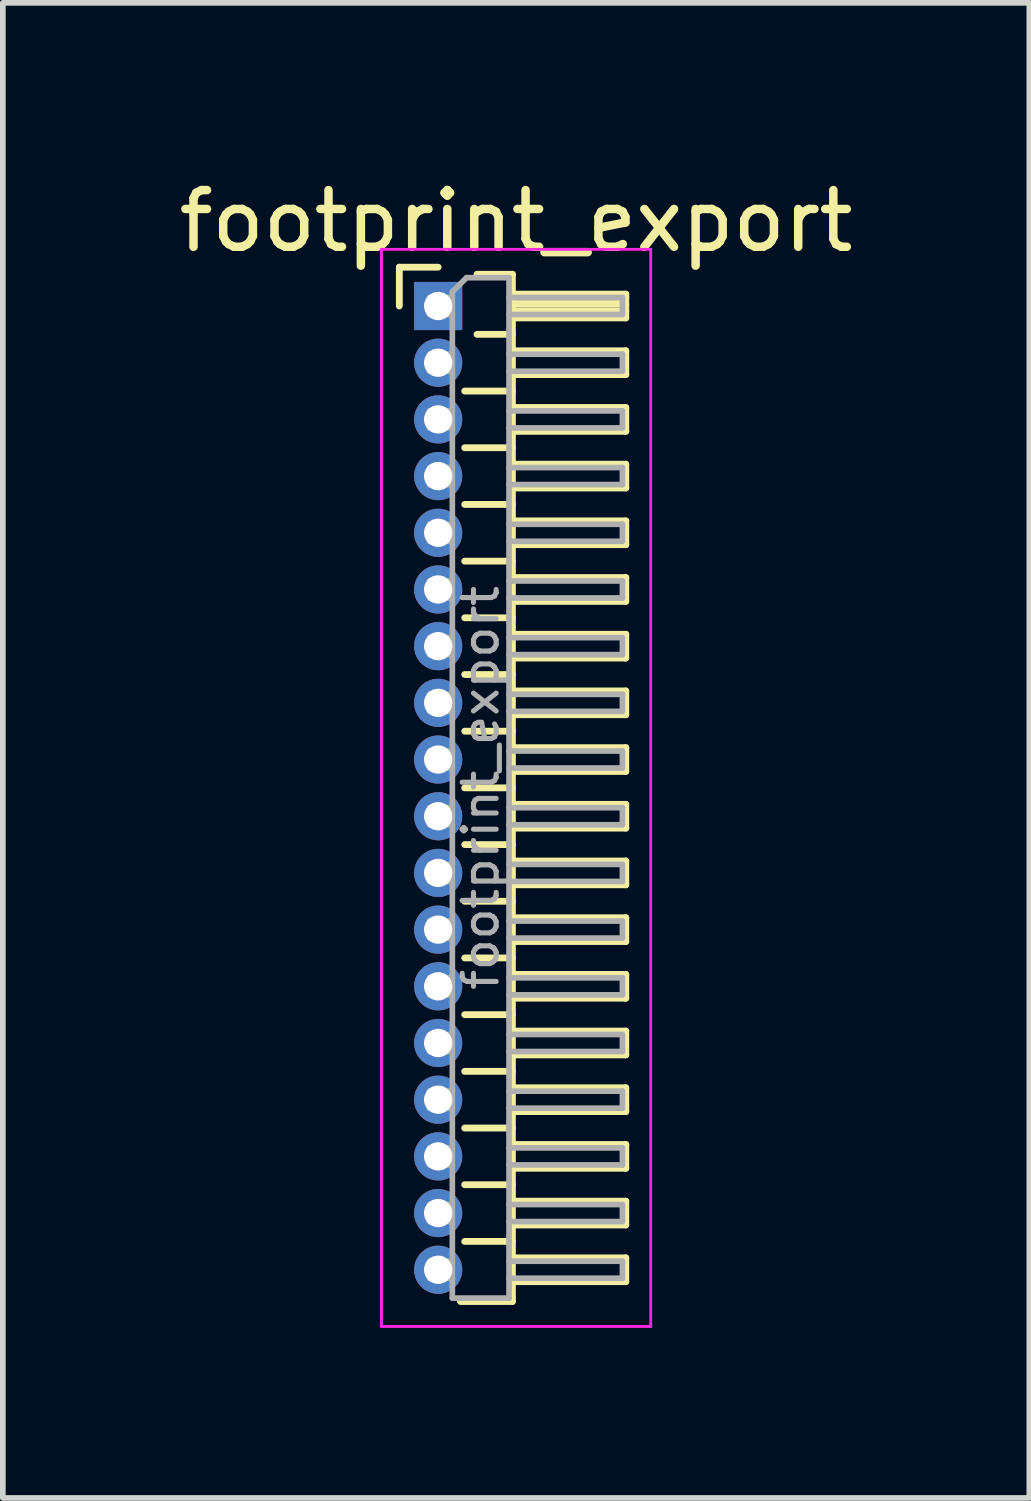
<source format=kicad_pcb>
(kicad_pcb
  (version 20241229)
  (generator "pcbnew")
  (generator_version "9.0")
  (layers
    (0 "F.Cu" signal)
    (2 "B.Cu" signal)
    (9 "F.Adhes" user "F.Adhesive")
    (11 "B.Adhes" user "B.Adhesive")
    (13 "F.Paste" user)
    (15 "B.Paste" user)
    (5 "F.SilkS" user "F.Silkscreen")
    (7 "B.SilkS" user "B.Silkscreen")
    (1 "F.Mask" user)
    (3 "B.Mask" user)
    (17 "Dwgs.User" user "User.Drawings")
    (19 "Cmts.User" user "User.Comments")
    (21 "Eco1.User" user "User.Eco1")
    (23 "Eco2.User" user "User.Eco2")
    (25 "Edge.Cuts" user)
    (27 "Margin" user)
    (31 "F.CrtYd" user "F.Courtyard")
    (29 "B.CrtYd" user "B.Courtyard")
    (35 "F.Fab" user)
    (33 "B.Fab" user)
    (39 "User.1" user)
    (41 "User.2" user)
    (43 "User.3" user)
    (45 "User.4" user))
  (footprint "footprint_export"
    (layer "F.Cu")
    (at 4.679 2.348)
    (property "Reference" "footprint_export" (at 1.375 -1.5 0) (layer "F.SilkS") (effects (font (size 1 1) (thickness 0.15))))
    (attr through_hole)
    (fp_line (start -0.685 -0.685) (end 0 -0.685) (stroke (width 0.12) (type solid)) (layer "F.SilkS"))
    (fp_line (start -0.685 0) (end -0.685 -0.685) (stroke (width 0.12) (type solid)) (layer "F.SilkS"))
    (fp_line (start 0.468 1.5) (end 1.31 1.5) (stroke (width 0.12) (type solid)) (layer "F.SilkS"))
    (fp_line (start 0.468 2.5) (end 1.31 2.5) (stroke (width 0.12) (type solid)) (layer "F.SilkS"))
    (fp_line (start 0.468 3.5) (end 1.31 3.5) (stroke (width 0.12) (type solid)) (layer "F.SilkS"))
    (fp_line (start 0.468 4.5) (end 1.31 4.5) (stroke (width 0.12) (type solid)) (layer "F.SilkS"))
    (fp_line (start 0.468 5.5) (end 1.31 5.5) (stroke (width 0.12) (type solid)) (layer "F.SilkS"))
    (fp_line (start 0.468 6.5) (end 1.31 6.5) (stroke (width 0.12) (type solid)) (layer "F.SilkS"))
    (fp_line (start 0.468 7.5) (end 1.31 7.5) (stroke (width 0.12) (type solid)) (layer "F.SilkS"))
    (fp_line (start 0.468 8.5) (end 1.31 8.5) (stroke (width 0.12) (type solid)) (layer "F.SilkS"))
    (fp_line (start 0.468 9.5) (end 1.31 9.5) (stroke (width 0.12) (type solid)) (layer "F.SilkS"))
    (fp_line (start 0.468 10.5) (end 1.31 10.5) (stroke (width 0.12) (type solid)) (layer "F.SilkS"))
    (fp_line (start 0.468 11.5) (end 1.31 11.5) (stroke (width 0.12) (type solid)) (layer "F.SilkS"))
    (fp_line (start 0.468 12.5) (end 1.31 12.5) (stroke (width 0.12) (type solid)) (layer "F.SilkS"))
    (fp_line (start 0.468 13.5) (end 1.31 13.5) (stroke (width 0.12) (type solid)) (layer "F.SilkS"))
    (fp_line (start 0.468 14.5) (end 1.31 14.5) (stroke (width 0.12) (type solid)) (layer "F.SilkS"))
    (fp_line (start 0.468 15.5) (end 1.31 15.5) (stroke (width 0.12) (type solid)) (layer "F.SilkS"))
    (fp_line (start 0.468 16.5) (end 1.31 16.5) (stroke (width 0.12) (type solid)) (layer "F.SilkS"))
    (fp_line (start 0.685 -0.56) (end 1.31 -0.56) (stroke (width 0.12) (type solid)) (layer "F.SilkS"))
    (fp_line (start 0.685 0.5) (end 1.31 0.5) (stroke (width 0.12) (type solid)) (layer "F.SilkS"))
    (fp_line (start 1.31 -0.56) (end 1.31 17.56) (stroke (width 0.12) (type solid)) (layer "F.SilkS"))
    (fp_line (start 1.31 -0.21) (end 3.31 -0.21) (stroke (width 0.12) (type solid)) (layer "F.SilkS"))
    (fp_line (start 1.31 -0.15) (end 3.31 -0.15) (stroke (width 0.12) (type solid)) (layer "F.SilkS"))
    (fp_line (start 1.31 -0.03) (end 3.31 -0.03) (stroke (width 0.12) (type solid)) (layer "F.SilkS"))
    (fp_line (start 1.31 0.09) (end 3.31 0.09) (stroke (width 0.12) (type solid)) (layer "F.SilkS"))
    (fp_line (start 1.31 0.79) (end 3.31 0.79) (stroke (width 0.12) (type solid)) (layer "F.SilkS"))
    (fp_line (start 1.31 1.79) (end 3.31 1.79) (stroke (width 0.12) (type solid)) (layer "F.SilkS"))
    (fp_line (start 1.31 2.79) (end 3.31 2.79) (stroke (width 0.12) (type solid)) (layer "F.SilkS"))
    (fp_line (start 1.31 3.79) (end 3.31 3.79) (stroke (width 0.12) (type solid)) (layer "F.SilkS"))
    (fp_line (start 1.31 4.79) (end 3.31 4.79) (stroke (width 0.12) (type solid)) (layer "F.SilkS"))
    (fp_line (start 1.31 5.79) (end 3.31 5.79) (stroke (width 0.12) (type solid)) (layer "F.SilkS"))
    (fp_line (start 1.31 6.79) (end 3.31 6.79) (stroke (width 0.12) (type solid)) (layer "F.SilkS"))
    (fp_line (start 1.31 7.79) (end 3.31 7.79) (stroke (width 0.12) (type solid)) (layer "F.SilkS"))
    (fp_line (start 1.31 8.79) (end 3.31 8.79) (stroke (width 0.12) (type solid)) (layer "F.SilkS"))
    (fp_line (start 1.31 9.79) (end 3.31 9.79) (stroke (width 0.12) (type solid)) (layer "F.SilkS"))
    (fp_line (start 1.31 10.79) (end 3.31 10.79) (stroke (width 0.12) (type solid)) (layer "F.SilkS"))
    (fp_line (start 1.31 11.79) (end 3.31 11.79) (stroke (width 0.12) (type solid)) (layer "F.SilkS"))
    (fp_line (start 1.31 12.79) (end 3.31 12.79) (stroke (width 0.12) (type solid)) (layer "F.SilkS"))
    (fp_line (start 1.31 13.79) (end 3.31 13.79) (stroke (width 0.12) (type solid)) (layer "F.SilkS"))
    (fp_line (start 1.31 14.79) (end 3.31 14.79) (stroke (width 0.12) (type solid)) (layer "F.SilkS"))
    (fp_line (start 1.31 15.79) (end 3.31 15.79) (stroke (width 0.12) (type solid)) (layer "F.SilkS"))
    (fp_line (start 1.31 16.79) (end 3.31 16.79) (stroke (width 0.12) (type solid)) (layer "F.SilkS"))
    (fp_line (start 1.31 17.56) (end 0.394 17.56) (stroke (width 0.12) (type solid)) (layer "F.SilkS"))
    (fp_line (start 3.31 -0.21) (end 3.31 0.21) (stroke (width 0.12) (type solid)) (layer "F.SilkS"))
    (fp_line (start 3.31 0.21) (end 1.31 0.21) (stroke (width 0.12) (type solid)) (layer "F.SilkS"))
    (fp_line (start 3.31 0.79) (end 3.31 1.21) (stroke (width 0.12) (type solid)) (layer "F.SilkS"))
    (fp_line (start 3.31 1.21) (end 1.31 1.21) (stroke (width 0.12) (type solid)) (layer "F.SilkS"))
    (fp_line (start 3.31 1.79) (end 3.31 2.21) (stroke (width 0.12) (type solid)) (layer "F.SilkS"))
    (fp_line (start 3.31 2.21) (end 1.31 2.21) (stroke (width 0.12) (type solid)) (layer "F.SilkS"))
    (fp_line (start 3.31 2.79) (end 3.31 3.21) (stroke (width 0.12) (type solid)) (layer "F.SilkS"))
    (fp_line (start 3.31 3.21) (end 1.31 3.21) (stroke (width 0.12) (type solid)) (layer "F.SilkS"))
    (fp_line (start 3.31 3.79) (end 3.31 4.21) (stroke (width 0.12) (type solid)) (layer "F.SilkS"))
    (fp_line (start 3.31 4.21) (end 1.31 4.21) (stroke (width 0.12) (type solid)) (layer "F.SilkS"))
    (fp_line (start 3.31 4.79) (end 3.31 5.21) (stroke (width 0.12) (type solid)) (layer "F.SilkS"))
    (fp_line (start 3.31 5.21) (end 1.31 5.21) (stroke (width 0.12) (type solid)) (layer "F.SilkS"))
    (fp_line (start 3.31 5.79) (end 3.31 6.21) (stroke (width 0.12) (type solid)) (layer "F.SilkS"))
    (fp_line (start 3.31 6.21) (end 1.31 6.21) (stroke (width 0.12) (type solid)) (layer "F.SilkS"))
    (fp_line (start 3.31 6.79) (end 3.31 7.21) (stroke (width 0.12) (type solid)) (layer "F.SilkS"))
    (fp_line (start 3.31 7.21) (end 1.31 7.21) (stroke (width 0.12) (type solid)) (layer "F.SilkS"))
    (fp_line (start 3.31 7.79) (end 3.31 8.21) (stroke (width 0.12) (type solid)) (layer "F.SilkS"))
    (fp_line (start 3.31 8.21) (end 1.31 8.21) (stroke (width 0.12) (type solid)) (layer "F.SilkS"))
    (fp_line (start 3.31 8.79) (end 3.31 9.21) (stroke (width 0.12) (type solid)) (layer "F.SilkS"))
    (fp_line (start 3.31 9.21) (end 1.31 9.21) (stroke (width 0.12) (type solid)) (layer "F.SilkS"))
    (fp_line (start 3.31 9.79) (end 3.31 10.21) (stroke (width 0.12) (type solid)) (layer "F.SilkS"))
    (fp_line (start 3.31 10.21) (end 1.31 10.21) (stroke (width 0.12) (type solid)) (layer "F.SilkS"))
    (fp_line (start 3.31 10.79) (end 3.31 11.21) (stroke (width 0.12) (type solid)) (layer "F.SilkS"))
    (fp_line (start 3.31 11.21) (end 1.31 11.21) (stroke (width 0.12) (type solid)) (layer "F.SilkS"))
    (fp_line (start 3.31 11.79) (end 3.31 12.21) (stroke (width 0.12) (type solid)) (layer "F.SilkS"))
    (fp_line (start 3.31 12.21) (end 1.31 12.21) (stroke (width 0.12) (type solid)) (layer "F.SilkS"))
    (fp_line (start 3.31 12.79) (end 3.31 13.21) (stroke (width 0.12) (type solid)) (layer "F.SilkS"))
    (fp_line (start 3.31 13.21) (end 1.31 13.21) (stroke (width 0.12) (type solid)) (layer "F.SilkS"))
    (fp_line (start 3.31 13.79) (end 3.31 14.21) (stroke (width 0.12) (type solid)) (layer "F.SilkS"))
    (fp_line (start 3.31 14.21) (end 1.31 14.21) (stroke (width 0.12) (type solid)) (layer "F.SilkS"))
    (fp_line (start 3.31 14.79) (end 3.31 15.21) (stroke (width 0.12) (type solid)) (layer "F.SilkS"))
    (fp_line (start 3.31 15.21) (end 1.31 15.21) (stroke (width 0.12) (type solid)) (layer "F.SilkS"))
    (fp_line (start 3.31 15.79) (end 3.31 16.21) (stroke (width 0.12) (type solid)) (layer "F.SilkS"))
    (fp_line (start 3.31 16.21) (end 1.31 16.21) (stroke (width 0.12) (type solid)) (layer "F.SilkS"))
    (fp_line (start 3.31 16.79) (end 3.31 17.21) (stroke (width 0.12) (type solid)) (layer "F.SilkS"))
    (fp_line (start 3.31 17.21) (end 1.31 17.21) (stroke (width 0.12) (type solid)) (layer "F.SilkS"))
    (fp_line (start -1 -1) (end -1 18) (stroke (width 0.05) (type solid)) (layer "F.CrtYd"))
    (fp_line (start -1 18) (end 3.75 18) (stroke (width 0.05) (type solid)) (layer "F.CrtYd"))
    (fp_line (start 3.75 -1) (end -1 -1) (stroke (width 0.05) (type solid)) (layer "F.CrtYd"))
    (fp_line (start 3.75 18) (end 3.75 -1) (stroke (width 0.05) (type solid)) (layer "F.CrtYd"))
    (fp_line (start -0.15 -0.15) (end -0.15 0.15) (stroke (width 0.1) (type solid)) (layer "F.Fab"))
    (fp_line (start -0.15 -0.15) (end 0.25 -0.15) (stroke (width 0.1) (type solid)) (layer "F.Fab"))
    (fp_line (start -0.15 0.15) (end 0.25 0.15) (stroke (width 0.1) (type solid)) (layer "F.Fab"))
    (fp_line (start -0.15 0.85) (end -0.15 1.15) (stroke (width 0.1) (type solid)) (layer "F.Fab"))
    (fp_line (start -0.15 0.85) (end 0.25 0.85) (stroke (width 0.1) (type solid)) (layer "F.Fab"))
    (fp_line (start -0.15 1.15) (end 0.25 1.15) (stroke (width 0.1) (type solid)) (layer "F.Fab"))
    (fp_line (start -0.15 1.85) (end -0.15 2.15) (stroke (width 0.1) (type solid)) (layer "F.Fab"))
    (fp_line (start -0.15 1.85) (end 0.25 1.85) (stroke (width 0.1) (type solid)) (layer "F.Fab"))
    (fp_line (start -0.15 2.15) (end 0.25 2.15) (stroke (width 0.1) (type solid)) (layer "F.Fab"))
    (fp_line (start -0.15 2.85) (end -0.15 3.15) (stroke (width 0.1) (type solid)) (layer "F.Fab"))
    (fp_line (start -0.15 2.85) (end 0.25 2.85) (stroke (width 0.1) (type solid)) (layer "F.Fab"))
    (fp_line (start -0.15 3.15) (end 0.25 3.15) (stroke (width 0.1) (type solid)) (layer "F.Fab"))
    (fp_line (start -0.15 3.85) (end -0.15 4.15) (stroke (width 0.1) (type solid)) (layer "F.Fab"))
    (fp_line (start -0.15 3.85) (end 0.25 3.85) (stroke (width 0.1) (type solid)) (layer "F.Fab"))
    (fp_line (start -0.15 4.15) (end 0.25 4.15) (stroke (width 0.1) (type solid)) (layer "F.Fab"))
    (fp_line (start -0.15 4.85) (end -0.15 5.15) (stroke (width 0.1) (type solid)) (layer "F.Fab"))
    (fp_line (start -0.15 4.85) (end 0.25 4.85) (stroke (width 0.1) (type solid)) (layer "F.Fab"))
    (fp_line (start -0.15 5.15) (end 0.25 5.15) (stroke (width 0.1) (type solid)) (layer "F.Fab"))
    (fp_line (start -0.15 5.85) (end -0.15 6.15) (stroke (width 0.1) (type solid)) (layer "F.Fab"))
    (fp_line (start -0.15 5.85) (end 0.25 5.85) (stroke (width 0.1) (type solid)) (layer "F.Fab"))
    (fp_line (start -0.15 6.15) (end 0.25 6.15) (stroke (width 0.1) (type solid)) (layer "F.Fab"))
    (fp_line (start -0.15 6.85) (end -0.15 7.15) (stroke (width 0.1) (type solid)) (layer "F.Fab"))
    (fp_line (start -0.15 6.85) (end 0.25 6.85) (stroke (width 0.1) (type solid)) (layer "F.Fab"))
    (fp_line (start -0.15 7.15) (end 0.25 7.15) (stroke (width 0.1) (type solid)) (layer "F.Fab"))
    (fp_line (start -0.15 7.85) (end -0.15 8.15) (stroke (width 0.1) (type solid)) (layer "F.Fab"))
    (fp_line (start -0.15 7.85) (end 0.25 7.85) (stroke (width 0.1) (type solid)) (layer "F.Fab"))
    (fp_line (start -0.15 8.15) (end 0.25 8.15) (stroke (width 0.1) (type solid)) (layer "F.Fab"))
    (fp_line (start -0.15 8.85) (end -0.15 9.15) (stroke (width 0.1) (type solid)) (layer "F.Fab"))
    (fp_line (start -0.15 8.85) (end 0.25 8.85) (stroke (width 0.1) (type solid)) (layer "F.Fab"))
    (fp_line (start -0.15 9.15) (end 0.25 9.15) (stroke (width 0.1) (type solid)) (layer "F.Fab"))
    (fp_line (start -0.15 9.85) (end -0.15 10.15) (stroke (width 0.1) (type solid)) (layer "F.Fab"))
    (fp_line (start -0.15 9.85) (end 0.25 9.85) (stroke (width 0.1) (type solid)) (layer "F.Fab"))
    (fp_line (start -0.15 10.15) (end 0.25 10.15) (stroke (width 0.1) (type solid)) (layer "F.Fab"))
    (fp_line (start -0.15 10.85) (end -0.15 11.15) (stroke (width 0.1) (type solid)) (layer "F.Fab"))
    (fp_line (start -0.15 10.85) (end 0.25 10.85) (stroke (width 0.1) (type solid)) (layer "F.Fab"))
    (fp_line (start -0.15 11.15) (end 0.25 11.15) (stroke (width 0.1) (type solid)) (layer "F.Fab"))
    (fp_line (start -0.15 11.85) (end -0.15 12.15) (stroke (width 0.1) (type solid)) (layer "F.Fab"))
    (fp_line (start -0.15 11.85) (end 0.25 11.85) (stroke (width 0.1) (type solid)) (layer "F.Fab"))
    (fp_line (start -0.15 12.15) (end 0.25 12.15) (stroke (width 0.1) (type solid)) (layer "F.Fab"))
    (fp_line (start -0.15 12.85) (end -0.15 13.15) (stroke (width 0.1) (type solid)) (layer "F.Fab"))
    (fp_line (start -0.15 12.85) (end 0.25 12.85) (stroke (width 0.1) (type solid)) (layer "F.Fab"))
    (fp_line (start -0.15 13.15) (end 0.25 13.15) (stroke (width 0.1) (type solid)) (layer "F.Fab"))
    (fp_line (start -0.15 13.85) (end -0.15 14.15) (stroke (width 0.1) (type solid)) (layer "F.Fab"))
    (fp_line (start -0.15 13.85) (end 0.25 13.85) (stroke (width 0.1) (type solid)) (layer "F.Fab"))
    (fp_line (start -0.15 14.15) (end 0.25 14.15) (stroke (width 0.1) (type solid)) (layer "F.Fab"))
    (fp_line (start -0.15 14.85) (end -0.15 15.15) (stroke (width 0.1) (type solid)) (layer "F.Fab"))
    (fp_line (start -0.15 14.85) (end 0.25 14.85) (stroke (width 0.1) (type solid)) (layer "F.Fab"))
    (fp_line (start -0.15 15.15) (end 0.25 15.15) (stroke (width 0.1) (type solid)) (layer "F.Fab"))
    (fp_line (start -0.15 15.85) (end -0.15 16.15) (stroke (width 0.1) (type solid)) (layer "F.Fab"))
    (fp_line (start -0.15 15.85) (end 0.25 15.85) (stroke (width 0.1) (type solid)) (layer "F.Fab"))
    (fp_line (start -0.15 16.15) (end 0.25 16.15) (stroke (width 0.1) (type solid)) (layer "F.Fab"))
    (fp_line (start -0.15 16.85) (end -0.15 17.15) (stroke (width 0.1) (type solid)) (layer "F.Fab"))
    (fp_line (start -0.15 16.85) (end 0.25 16.85) (stroke (width 0.1) (type solid)) (layer "F.Fab"))
    (fp_line (start -0.15 17.15) (end 0.25 17.15) (stroke (width 0.1) (type solid)) (layer "F.Fab"))
    (fp_line (start 0.25 -0.25) (end 0.5 -0.5) (stroke (width 0.1) (type solid)) (layer "F.Fab"))
    (fp_line (start 0.25 17.5) (end 0.25 -0.25) (stroke (width 0.1) (type solid)) (layer "F.Fab"))
    (fp_line (start 0.5 -0.5) (end 1.25 -0.5) (stroke (width 0.1) (type solid)) (layer "F.Fab"))
    (fp_line (start 1.25 -0.5) (end 1.25 17.5) (stroke (width 0.1) (type solid)) (layer "F.Fab"))
    (fp_line (start 1.25 -0.15) (end 3.25 -0.15) (stroke (width 0.1) (type solid)) (layer "F.Fab"))
    (fp_line (start 1.25 0.15) (end 3.25 0.15) (stroke (width 0.1) (type solid)) (layer "F.Fab"))
    (fp_line (start 1.25 0.85) (end 3.25 0.85) (stroke (width 0.1) (type solid)) (layer "F.Fab"))
    (fp_line (start 1.25 1.15) (end 3.25 1.15) (stroke (width 0.1) (type solid)) (layer "F.Fab"))
    (fp_line (start 1.25 1.85) (end 3.25 1.85) (stroke (width 0.1) (type solid)) (layer "F.Fab"))
    (fp_line (start 1.25 2.15) (end 3.25 2.15) (stroke (width 0.1) (type solid)) (layer "F.Fab"))
    (fp_line (start 1.25 2.85) (end 3.25 2.85) (stroke (width 0.1) (type solid)) (layer "F.Fab"))
    (fp_line (start 1.25 3.15) (end 3.25 3.15) (stroke (width 0.1) (type solid)) (layer "F.Fab"))
    (fp_line (start 1.25 3.85) (end 3.25 3.85) (stroke (width 0.1) (type solid)) (layer "F.Fab"))
    (fp_line (start 1.25 4.15) (end 3.25 4.15) (stroke (width 0.1) (type solid)) (layer "F.Fab"))
    (fp_line (start 1.25 4.85) (end 3.25 4.85) (stroke (width 0.1) (type solid)) (layer "F.Fab"))
    (fp_line (start 1.25 5.15) (end 3.25 5.15) (stroke (width 0.1) (type solid)) (layer "F.Fab"))
    (fp_line (start 1.25 5.85) (end 3.25 5.85) (stroke (width 0.1) (type solid)) (layer "F.Fab"))
    (fp_line (start 1.25 6.15) (end 3.25 6.15) (stroke (width 0.1) (type solid)) (layer "F.Fab"))
    (fp_line (start 1.25 6.85) (end 3.25 6.85) (stroke (width 0.1) (type solid)) (layer "F.Fab"))
    (fp_line (start 1.25 7.15) (end 3.25 7.15) (stroke (width 0.1) (type solid)) (layer "F.Fab"))
    (fp_line (start 1.25 7.85) (end 3.25 7.85) (stroke (width 0.1) (type solid)) (layer "F.Fab"))
    (fp_line (start 1.25 8.15) (end 3.25 8.15) (stroke (width 0.1) (type solid)) (layer "F.Fab"))
    (fp_line (start 1.25 8.85) (end 3.25 8.85) (stroke (width 0.1) (type solid)) (layer "F.Fab"))
    (fp_line (start 1.25 9.15) (end 3.25 9.15) (stroke (width 0.1) (type solid)) (layer "F.Fab"))
    (fp_line (start 1.25 9.85) (end 3.25 9.85) (stroke (width 0.1) (type solid)) (layer "F.Fab"))
    (fp_line (start 1.25 10.15) (end 3.25 10.15) (stroke (width 0.1) (type solid)) (layer "F.Fab"))
    (fp_line (start 1.25 10.85) (end 3.25 10.85) (stroke (width 0.1) (type solid)) (layer "F.Fab"))
    (fp_line (start 1.25 11.15) (end 3.25 11.15) (stroke (width 0.1) (type solid)) (layer "F.Fab"))
    (fp_line (start 1.25 11.85) (end 3.25 11.85) (stroke (width 0.1) (type solid)) (layer "F.Fab"))
    (fp_line (start 1.25 12.15) (end 3.25 12.15) (stroke (width 0.1) (type solid)) (layer "F.Fab"))
    (fp_line (start 1.25 12.85) (end 3.25 12.85) (stroke (width 0.1) (type solid)) (layer "F.Fab"))
    (fp_line (start 1.25 13.15) (end 3.25 13.15) (stroke (width 0.1) (type solid)) (layer "F.Fab"))
    (fp_line (start 1.25 13.85) (end 3.25 13.85) (stroke (width 0.1) (type solid)) (layer "F.Fab"))
    (fp_line (start 1.25 14.15) (end 3.25 14.15) (stroke (width 0.1) (type solid)) (layer "F.Fab"))
    (fp_line (start 1.25 14.85) (end 3.25 14.85) (stroke (width 0.1) (type solid)) (layer "F.Fab"))
    (fp_line (start 1.25 15.15) (end 3.25 15.15) (stroke (width 0.1) (type solid)) (layer "F.Fab"))
    (fp_line (start 1.25 15.85) (end 3.25 15.85) (stroke (width 0.1) (type solid)) (layer "F.Fab"))
    (fp_line (start 1.25 16.15) (end 3.25 16.15) (stroke (width 0.1) (type solid)) (layer "F.Fab"))
    (fp_line (start 1.25 16.85) (end 3.25 16.85) (stroke (width 0.1) (type solid)) (layer "F.Fab"))
    (fp_line (start 1.25 17.15) (end 3.25 17.15) (stroke (width 0.1) (type solid)) (layer "F.Fab"))
    (fp_line (start 1.25 17.5) (end 0.25 17.5) (stroke (width 0.1) (type solid)) (layer "F.Fab"))
    (fp_line (start 3.25 -0.15) (end 3.25 0.15) (stroke (width 0.1) (type solid)) (layer "F.Fab"))
    (fp_line (start 3.25 0.85) (end 3.25 1.15) (stroke (width 0.1) (type solid)) (layer "F.Fab"))
    (fp_line (start 3.25 1.85) (end 3.25 2.15) (stroke (width 0.1) (type solid)) (layer "F.Fab"))
    (fp_line (start 3.25 2.85) (end 3.25 3.15) (stroke (width 0.1) (type solid)) (layer "F.Fab"))
    (fp_line (start 3.25 3.85) (end 3.25 4.15) (stroke (width 0.1) (type solid)) (layer "F.Fab"))
    (fp_line (start 3.25 4.85) (end 3.25 5.15) (stroke (width 0.1) (type solid)) (layer "F.Fab"))
    (fp_line (start 3.25 5.85) (end 3.25 6.15) (stroke (width 0.1) (type solid)) (layer "F.Fab"))
    (fp_line (start 3.25 6.85) (end 3.25 7.15) (stroke (width 0.1) (type solid)) (layer "F.Fab"))
    (fp_line (start 3.25 7.85) (end 3.25 8.15) (stroke (width 0.1) (type solid)) (layer "F.Fab"))
    (fp_line (start 3.25 8.85) (end 3.25 9.15) (stroke (width 0.1) (type solid)) (layer "F.Fab"))
    (fp_line (start 3.25 9.85) (end 3.25 10.15) (stroke (width 0.1) (type solid)) (layer "F.Fab"))
    (fp_line (start 3.25 10.85) (end 3.25 11.15) (stroke (width 0.1) (type solid)) (layer "F.Fab"))
    (fp_line (start 3.25 11.85) (end 3.25 12.15) (stroke (width 0.1) (type solid)) (layer "F.Fab"))
    (fp_line (start 3.25 12.85) (end 3.25 13.15) (stroke (width 0.1) (type solid)) (layer "F.Fab"))
    (fp_line (start 3.25 13.85) (end 3.25 14.15) (stroke (width 0.1) (type solid)) (layer "F.Fab"))
    (fp_line (start 3.25 14.85) (end 3.25 15.15) (stroke (width 0.1) (type solid)) (layer "F.Fab"))
    (fp_line (start 3.25 15.85) (end 3.25 16.15) (stroke (width 0.1) (type solid)) (layer "F.Fab"))
    (fp_line (start 3.25 16.85) (end 3.25 17.15) (stroke (width 0.1) (type solid)) (layer "F.Fab"))
    (fp_text user "${REFERENCE}" (at 0.75 8.5 90) (layer "F.Fab") (effects (font (size 0.6 0.6) (thickness 0.09))))
    (pad "1" thru_hole rect (at 0 0) (size 0.85 0.85) (drill 0.5) (layers "*.Cu" "*.Mask"))
    (pad "2" thru_hole oval (at 0 1) (size 0.85 0.85) (drill 0.5) (layers "*.Cu" "*.Mask"))
    (pad "3" thru_hole oval (at 0 2) (size 0.85 0.85) (drill 0.5) (layers "*.Cu" "*.Mask"))
    (pad "4" thru_hole oval (at 0 3) (size 0.85 0.85) (drill 0.5) (layers "*.Cu" "*.Mask"))
    (pad "5" thru_hole oval (at 0 4) (size 0.85 0.85) (drill 0.5) (layers "*.Cu" "*.Mask"))
    (pad "6" thru_hole oval (at 0 5) (size 0.85 0.85) (drill 0.5) (layers "*.Cu" "*.Mask"))
    (pad "7" thru_hole oval (at 0 6) (size 0.85 0.85) (drill 0.5) (layers "*.Cu" "*.Mask"))
    (pad "8" thru_hole oval (at 0 7) (size 0.85 0.85) (drill 0.5) (layers "*.Cu" "*.Mask"))
    (pad "9" thru_hole oval (at 0 8) (size 0.85 0.85) (drill 0.5) (layers "*.Cu" "*.Mask"))
    (pad "10" thru_hole oval (at 0 9) (size 0.85 0.85) (drill 0.5) (layers "*.Cu" "*.Mask"))
    (pad "11" thru_hole oval (at 0 10) (size 0.85 0.85) (drill 0.5) (layers "*.Cu" "*.Mask"))
    (pad "12" thru_hole oval (at 0 11) (size 0.85 0.85) (drill 0.5) (layers "*.Cu" "*.Mask"))
    (pad "13" thru_hole oval (at 0 12) (size 0.85 0.85) (drill 0.5) (layers "*.Cu" "*.Mask"))
    (pad "14" thru_hole oval (at 0 13) (size 0.85 0.85) (drill 0.5) (layers "*.Cu" "*.Mask"))
    (pad "15" thru_hole oval (at 0 14) (size 0.85 0.85) (drill 0.5) (layers "*.Cu" "*.Mask"))
    (pad "16" thru_hole oval (at 0 15) (size 0.85 0.85) (drill 0.5) (layers "*.Cu" "*.Mask"))
    (pad "17" thru_hole oval (at 0 16) (size 0.85 0.85) (drill 0.5) (layers "*.Cu" "*.Mask"))
    (pad "18" thru_hole oval (at 0 17) (size 0.85 0.85) (drill 0.5) (layers "*.Cu" "*.Mask")))
  (gr_rect
    (start -3 -3)
    (end 15.107 23.373)
    (stroke (width 0.1) (type default))
    (fill no)
    (layer "Edge.Cuts")))
</source>
